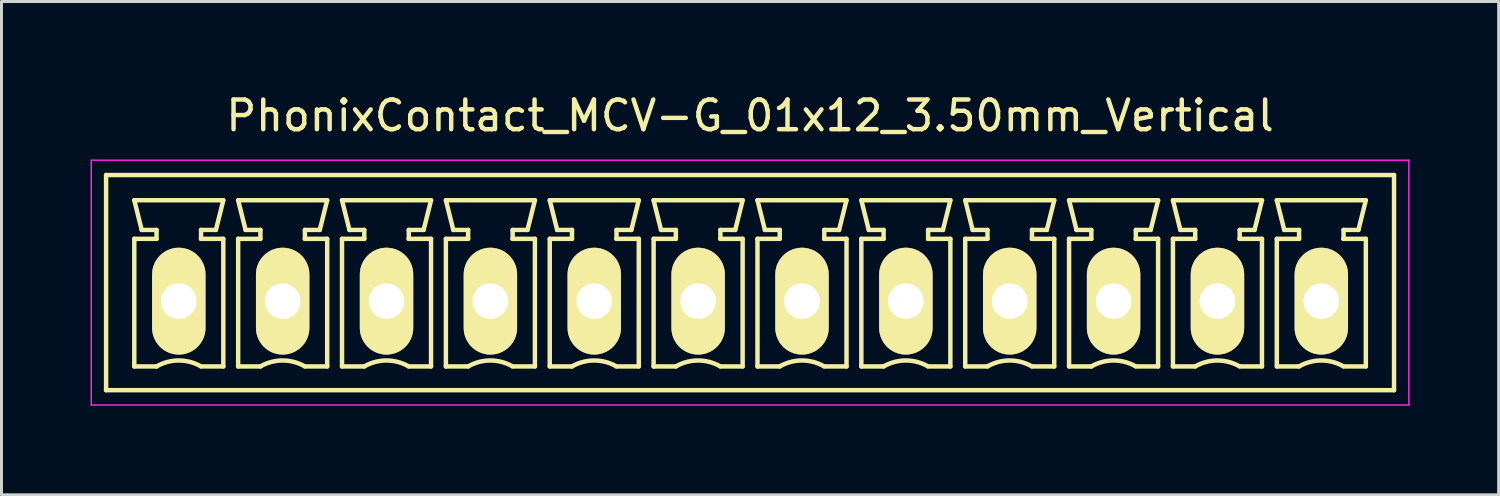
<source format=kicad_pcb>
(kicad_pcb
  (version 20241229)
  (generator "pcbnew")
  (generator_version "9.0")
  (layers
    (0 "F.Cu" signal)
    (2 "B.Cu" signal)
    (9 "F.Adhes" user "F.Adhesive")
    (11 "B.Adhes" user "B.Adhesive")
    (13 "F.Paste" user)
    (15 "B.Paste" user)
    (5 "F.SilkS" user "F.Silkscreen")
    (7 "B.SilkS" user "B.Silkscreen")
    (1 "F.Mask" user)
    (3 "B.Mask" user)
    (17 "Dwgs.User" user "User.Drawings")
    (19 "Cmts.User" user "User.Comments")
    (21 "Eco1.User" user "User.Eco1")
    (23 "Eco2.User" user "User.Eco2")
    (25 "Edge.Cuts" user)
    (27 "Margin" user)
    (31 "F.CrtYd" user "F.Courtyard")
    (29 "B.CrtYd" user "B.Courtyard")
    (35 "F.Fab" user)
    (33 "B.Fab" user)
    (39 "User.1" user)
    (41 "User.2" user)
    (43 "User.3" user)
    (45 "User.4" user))
  (footprint "PhonixContact_MCV-G_01x12_3.50mm_Vertical"
    (layer "F.Cu")
    (at 2.975 7.098)
    (property "Reference" "PhonixContact_MCV-G_01x12_3.50mm_Vertical" (at 19.25 -6.25 0) (layer "F.SilkS") (effects (font (size 1 1) (thickness 0.15))))
    (attr through_hole)
    (fp_line (start -2.45 -4.25) (end -2.45 3) (stroke (width 0.15) (type solid)) (layer "F.SilkS"))
    (fp_line (start -2.45 3) (end 40.95 3) (stroke (width 0.15) (type solid)) (layer "F.SilkS"))
    (fp_line (start -1.5 -3.4) (end 1.5 -3.4) (stroke (width 0.15) (type solid)) (layer "F.SilkS"))
    (fp_line (start -1.5 -2.1) (end -0.75 -2.1) (stroke (width 0.15) (type solid)) (layer "F.SilkS"))
    (fp_line (start -1.5 2.2) (end -1.5 -2.1) (stroke (width 0.15) (type solid)) (layer "F.SilkS"))
    (fp_line (start -1.25 -2.4) (end -1.5 -3.4) (stroke (width 0.15) (type solid)) (layer "F.SilkS"))
    (fp_line (start -0.75 -2.4) (end -1.25 -2.4) (stroke (width 0.15) (type solid)) (layer "F.SilkS"))
    (fp_line (start -0.75 -2.1) (end -0.75 -2.4) (stroke (width 0.15) (type solid)) (layer "F.SilkS"))
    (fp_line (start -0.75 2.2) (end -1.5 2.2) (stroke (width 0.15) (type solid)) (layer "F.SilkS"))
    (fp_line (start 0.75 -2.4) (end 0.75 -2.1) (stroke (width 0.15) (type solid)) (layer "F.SilkS"))
    (fp_line (start 0.75 -2.1) (end 0.75 -2.1) (stroke (width 0.15) (type solid)) (layer "F.SilkS"))
    (fp_line (start 0.75 -2.1) (end 1.5 -2.1) (stroke (width 0.15) (type solid)) (layer "F.SilkS"))
    (fp_line (start 1.25 -2.4) (end 0.75 -2.4) (stroke (width 0.15) (type solid)) (layer "F.SilkS"))
    (fp_line (start 1.5 -3.4) (end 1.25 -2.4) (stroke (width 0.15) (type solid)) (layer "F.SilkS"))
    (fp_line (start 1.5 -2.1) (end 1.5 2.2) (stroke (width 0.15) (type solid)) (layer "F.SilkS"))
    (fp_line (start 1.5 2.2) (end 0.75 2.2) (stroke (width 0.15) (type solid)) (layer "F.SilkS"))
    (fp_line (start 2 -3.4) (end 5 -3.4) (stroke (width 0.15) (type solid)) (layer "F.SilkS"))
    (fp_line (start 2 -2.1) (end 2.75 -2.1) (stroke (width 0.15) (type solid)) (layer "F.SilkS"))
    (fp_line (start 2 2.2) (end 2 -2.1) (stroke (width 0.15) (type solid)) (layer "F.SilkS"))
    (fp_line (start 2.25 -2.4) (end 2 -3.4) (stroke (width 0.15) (type solid)) (layer "F.SilkS"))
    (fp_line (start 2.75 -2.4) (end 2.25 -2.4) (stroke (width 0.15) (type solid)) (layer "F.SilkS"))
    (fp_line (start 2.75 -2.1) (end 2.75 -2.4) (stroke (width 0.15) (type solid)) (layer "F.SilkS"))
    (fp_line (start 2.75 2.2) (end 2 2.2) (stroke (width 0.15) (type solid)) (layer "F.SilkS"))
    (fp_line (start 4.25 -2.4) (end 4.25 -2.1) (stroke (width 0.15) (type solid)) (layer "F.SilkS"))
    (fp_line (start 4.25 -2.1) (end 4.25 -2.1) (stroke (width 0.15) (type solid)) (layer "F.SilkS"))
    (fp_line (start 4.25 -2.1) (end 5 -2.1) (stroke (width 0.15) (type solid)) (layer "F.SilkS"))
    (fp_line (start 4.75 -2.4) (end 4.25 -2.4) (stroke (width 0.15) (type solid)) (layer "F.SilkS"))
    (fp_line (start 5 -3.4) (end 4.75 -2.4) (stroke (width 0.15) (type solid)) (layer "F.SilkS"))
    (fp_line (start 5 -2.1) (end 5 2.2) (stroke (width 0.15) (type solid)) (layer "F.SilkS"))
    (fp_line (start 5 2.2) (end 4.25 2.2) (stroke (width 0.15) (type solid)) (layer "F.SilkS"))
    (fp_line (start 5.5 -3.4) (end 8.5 -3.4) (stroke (width 0.15) (type solid)) (layer "F.SilkS"))
    (fp_line (start 5.5 -2.1) (end 6.25 -2.1) (stroke (width 0.15) (type solid)) (layer "F.SilkS"))
    (fp_line (start 5.5 2.2) (end 5.5 -2.1) (stroke (width 0.15) (type solid)) (layer "F.SilkS"))
    (fp_line (start 5.75 -2.4) (end 5.5 -3.4) (stroke (width 0.15) (type solid)) (layer "F.SilkS"))
    (fp_line (start 6.25 -2.4) (end 5.75 -2.4) (stroke (width 0.15) (type solid)) (layer "F.SilkS"))
    (fp_line (start 6.25 -2.1) (end 6.25 -2.4) (stroke (width 0.15) (type solid)) (layer "F.SilkS"))
    (fp_line (start 6.25 2.2) (end 5.5 2.2) (stroke (width 0.15) (type solid)) (layer "F.SilkS"))
    (fp_line (start 7.75 -2.4) (end 7.75 -2.1) (stroke (width 0.15) (type solid)) (layer "F.SilkS"))
    (fp_line (start 7.75 -2.1) (end 7.75 -2.1) (stroke (width 0.15) (type solid)) (layer "F.SilkS"))
    (fp_line (start 7.75 -2.1) (end 8.5 -2.1) (stroke (width 0.15) (type solid)) (layer "F.SilkS"))
    (fp_line (start 8.25 -2.4) (end 7.75 -2.4) (stroke (width 0.15) (type solid)) (layer "F.SilkS"))
    (fp_line (start 8.5 -3.4) (end 8.25 -2.4) (stroke (width 0.15) (type solid)) (layer "F.SilkS"))
    (fp_line (start 8.5 -2.1) (end 8.5 2.2) (stroke (width 0.15) (type solid)) (layer "F.SilkS"))
    (fp_line (start 8.5 2.2) (end 7.75 2.2) (stroke (width 0.15) (type solid)) (layer "F.SilkS"))
    (fp_line (start 9 -3.4) (end 12 -3.4) (stroke (width 0.15) (type solid)) (layer "F.SilkS"))
    (fp_line (start 9 -2.1) (end 9.75 -2.1) (stroke (width 0.15) (type solid)) (layer "F.SilkS"))
    (fp_line (start 9 2.2) (end 9 -2.1) (stroke (width 0.15) (type solid)) (layer "F.SilkS"))
    (fp_line (start 9.25 -2.4) (end 9 -3.4) (stroke (width 0.15) (type solid)) (layer "F.SilkS"))
    (fp_line (start 9.75 -2.4) (end 9.25 -2.4) (stroke (width 0.15) (type solid)) (layer "F.SilkS"))
    (fp_line (start 9.75 -2.1) (end 9.75 -2.4) (stroke (width 0.15) (type solid)) (layer "F.SilkS"))
    (fp_line (start 9.75 2.2) (end 9 2.2) (stroke (width 0.15) (type solid)) (layer "F.SilkS"))
    (fp_line (start 11.25 -2.4) (end 11.25 -2.1) (stroke (width 0.15) (type solid)) (layer "F.SilkS"))
    (fp_line (start 11.25 -2.1) (end 11.25 -2.1) (stroke (width 0.15) (type solid)) (layer "F.SilkS"))
    (fp_line (start 11.25 -2.1) (end 12 -2.1) (stroke (width 0.15) (type solid)) (layer "F.SilkS"))
    (fp_line (start 11.75 -2.4) (end 11.25 -2.4) (stroke (width 0.15) (type solid)) (layer "F.SilkS"))
    (fp_line (start 12 -3.4) (end 11.75 -2.4) (stroke (width 0.15) (type solid)) (layer "F.SilkS"))
    (fp_line (start 12 -2.1) (end 12 2.2) (stroke (width 0.15) (type solid)) (layer "F.SilkS"))
    (fp_line (start 12 2.2) (end 11.25 2.2) (stroke (width 0.15) (type solid)) (layer "F.SilkS"))
    (fp_line (start 12.5 -3.4) (end 15.5 -3.4) (stroke (width 0.15) (type solid)) (layer "F.SilkS"))
    (fp_line (start 12.5 -2.1) (end 13.25 -2.1) (stroke (width 0.15) (type solid)) (layer "F.SilkS"))
    (fp_line (start 12.5 2.2) (end 12.5 -2.1) (stroke (width 0.15) (type solid)) (layer "F.SilkS"))
    (fp_line (start 12.75 -2.4) (end 12.5 -3.4) (stroke (width 0.15) (type solid)) (layer "F.SilkS"))
    (fp_line (start 13.25 -2.4) (end 12.75 -2.4) (stroke (width 0.15) (type solid)) (layer "F.SilkS"))
    (fp_line (start 13.25 -2.1) (end 13.25 -2.4) (stroke (width 0.15) (type solid)) (layer "F.SilkS"))
    (fp_line (start 13.25 2.2) (end 12.5 2.2) (stroke (width 0.15) (type solid)) (layer "F.SilkS"))
    (fp_line (start 14.75 -2.4) (end 14.75 -2.1) (stroke (width 0.15) (type solid)) (layer "F.SilkS"))
    (fp_line (start 14.75 -2.1) (end 14.75 -2.1) (stroke (width 0.15) (type solid)) (layer "F.SilkS"))
    (fp_line (start 14.75 -2.1) (end 15.5 -2.1) (stroke (width 0.15) (type solid)) (layer "F.SilkS"))
    (fp_line (start 15.25 -2.4) (end 14.75 -2.4) (stroke (width 0.15) (type solid)) (layer "F.SilkS"))
    (fp_line (start 15.5 -3.4) (end 15.25 -2.4) (stroke (width 0.15) (type solid)) (layer "F.SilkS"))
    (fp_line (start 15.5 -2.1) (end 15.5 2.2) (stroke (width 0.15) (type solid)) (layer "F.SilkS"))
    (fp_line (start 15.5 2.2) (end 14.75 2.2) (stroke (width 0.15) (type solid)) (layer "F.SilkS"))
    (fp_line (start 16 -3.4) (end 19 -3.4) (stroke (width 0.15) (type solid)) (layer "F.SilkS"))
    (fp_line (start 16 -2.1) (end 16.75 -2.1) (stroke (width 0.15) (type solid)) (layer "F.SilkS"))
    (fp_line (start 16 2.2) (end 16 -2.1) (stroke (width 0.15) (type solid)) (layer "F.SilkS"))
    (fp_line (start 16.25 -2.4) (end 16 -3.4) (stroke (width 0.15) (type solid)) (layer "F.SilkS"))
    (fp_line (start 16.75 -2.4) (end 16.25 -2.4) (stroke (width 0.15) (type solid)) (layer "F.SilkS"))
    (fp_line (start 16.75 -2.1) (end 16.75 -2.4) (stroke (width 0.15) (type solid)) (layer "F.SilkS"))
    (fp_line (start 16.75 2.2) (end 16 2.2) (stroke (width 0.15) (type solid)) (layer "F.SilkS"))
    (fp_line (start 18.25 -2.4) (end 18.25 -2.1) (stroke (width 0.15) (type solid)) (layer "F.SilkS"))
    (fp_line (start 18.25 -2.1) (end 18.25 -2.1) (stroke (width 0.15) (type solid)) (layer "F.SilkS"))
    (fp_line (start 18.25 -2.1) (end 19 -2.1) (stroke (width 0.15) (type solid)) (layer "F.SilkS"))
    (fp_line (start 18.75 -2.4) (end 18.25 -2.4) (stroke (width 0.15) (type solid)) (layer "F.SilkS"))
    (fp_line (start 19 -3.4) (end 18.75 -2.4) (stroke (width 0.15) (type solid)) (layer "F.SilkS"))
    (fp_line (start 19 -2.1) (end 19 2.2) (stroke (width 0.15) (type solid)) (layer "F.SilkS"))
    (fp_line (start 19 2.2) (end 18.25 2.2) (stroke (width 0.15) (type solid)) (layer "F.SilkS"))
    (fp_line (start 19.5 -3.4) (end 22.5 -3.4) (stroke (width 0.15) (type solid)) (layer "F.SilkS"))
    (fp_line (start 19.5 -2.1) (end 20.25 -2.1) (stroke (width 0.15) (type solid)) (layer "F.SilkS"))
    (fp_line (start 19.5 2.2) (end 19.5 -2.1) (stroke (width 0.15) (type solid)) (layer "F.SilkS"))
    (fp_line (start 19.75 -2.4) (end 19.5 -3.4) (stroke (width 0.15) (type solid)) (layer "F.SilkS"))
    (fp_line (start 20.25 -2.4) (end 19.75 -2.4) (stroke (width 0.15) (type solid)) (layer "F.SilkS"))
    (fp_line (start 20.25 -2.1) (end 20.25 -2.4) (stroke (width 0.15) (type solid)) (layer "F.SilkS"))
    (fp_line (start 20.25 2.2) (end 19.5 2.2) (stroke (width 0.15) (type solid)) (layer "F.SilkS"))
    (fp_line (start 21.75 -2.4) (end 21.75 -2.1) (stroke (width 0.15) (type solid)) (layer "F.SilkS"))
    (fp_line (start 21.75 -2.1) (end 21.75 -2.1) (stroke (width 0.15) (type solid)) (layer "F.SilkS"))
    (fp_line (start 21.75 -2.1) (end 22.5 -2.1) (stroke (width 0.15) (type solid)) (layer "F.SilkS"))
    (fp_line (start 22.25 -2.4) (end 21.75 -2.4) (stroke (width 0.15) (type solid)) (layer "F.SilkS"))
    (fp_line (start 22.5 -3.4) (end 22.25 -2.4) (stroke (width 0.15) (type solid)) (layer "F.SilkS"))
    (fp_line (start 22.5 -2.1) (end 22.5 2.2) (stroke (width 0.15) (type solid)) (layer "F.SilkS"))
    (fp_line (start 22.5 2.2) (end 21.75 2.2) (stroke (width 0.15) (type solid)) (layer "F.SilkS"))
    (fp_line (start 23 -3.4) (end 26 -3.4) (stroke (width 0.15) (type solid)) (layer "F.SilkS"))
    (fp_line (start 23 -2.1) (end 23.75 -2.1) (stroke (width 0.15) (type solid)) (layer "F.SilkS"))
    (fp_line (start 23 2.2) (end 23 -2.1) (stroke (width 0.15) (type solid)) (layer "F.SilkS"))
    (fp_line (start 23.25 -2.4) (end 23 -3.4) (stroke (width 0.15) (type solid)) (layer "F.SilkS"))
    (fp_line (start 23.75 -2.4) (end 23.25 -2.4) (stroke (width 0.15) (type solid)) (layer "F.SilkS"))
    (fp_line (start 23.75 -2.1) (end 23.75 -2.4) (stroke (width 0.15) (type solid)) (layer "F.SilkS"))
    (fp_line (start 23.75 2.2) (end 23 2.2) (stroke (width 0.15) (type solid)) (layer "F.SilkS"))
    (fp_line (start 25.25 -2.4) (end 25.25 -2.1) (stroke (width 0.15) (type solid)) (layer "F.SilkS"))
    (fp_line (start 25.25 -2.1) (end 25.25 -2.1) (stroke (width 0.15) (type solid)) (layer "F.SilkS"))
    (fp_line (start 25.25 -2.1) (end 26 -2.1) (stroke (width 0.15) (type solid)) (layer "F.SilkS"))
    (fp_line (start 25.75 -2.4) (end 25.25 -2.4) (stroke (width 0.15) (type solid)) (layer "F.SilkS"))
    (fp_line (start 26 -3.4) (end 25.75 -2.4) (stroke (width 0.15) (type solid)) (layer "F.SilkS"))
    (fp_line (start 26 -2.1) (end 26 2.2) (stroke (width 0.15) (type solid)) (layer "F.SilkS"))
    (fp_line (start 26 2.2) (end 25.25 2.2) (stroke (width 0.15) (type solid)) (layer "F.SilkS"))
    (fp_line (start 26.5 -3.4) (end 29.5 -3.4) (stroke (width 0.15) (type solid)) (layer "F.SilkS"))
    (fp_line (start 26.5 -2.1) (end 27.25 -2.1) (stroke (width 0.15) (type solid)) (layer "F.SilkS"))
    (fp_line (start 26.5 2.2) (end 26.5 -2.1) (stroke (width 0.15) (type solid)) (layer "F.SilkS"))
    (fp_line (start 26.75 -2.4) (end 26.5 -3.4) (stroke (width 0.15) (type solid)) (layer "F.SilkS"))
    (fp_line (start 27.25 -2.4) (end 26.75 -2.4) (stroke (width 0.15) (type solid)) (layer "F.SilkS"))
    (fp_line (start 27.25 -2.1) (end 27.25 -2.4) (stroke (width 0.15) (type solid)) (layer "F.SilkS"))
    (fp_line (start 27.25 2.2) (end 26.5 2.2) (stroke (width 0.15) (type solid)) (layer "F.SilkS"))
    (fp_line (start 28.75 -2.4) (end 28.75 -2.1) (stroke (width 0.15) (type solid)) (layer "F.SilkS"))
    (fp_line (start 28.75 -2.1) (end 28.75 -2.1) (stroke (width 0.15) (type solid)) (layer "F.SilkS"))
    (fp_line (start 28.75 -2.1) (end 29.5 -2.1) (stroke (width 0.15) (type solid)) (layer "F.SilkS"))
    (fp_line (start 29.25 -2.4) (end 28.75 -2.4) (stroke (width 0.15) (type solid)) (layer "F.SilkS"))
    (fp_line (start 29.5 -3.4) (end 29.25 -2.4) (stroke (width 0.15) (type solid)) (layer "F.SilkS"))
    (fp_line (start 29.5 -2.1) (end 29.5 2.2) (stroke (width 0.15) (type solid)) (layer "F.SilkS"))
    (fp_line (start 29.5 2.2) (end 28.75 2.2) (stroke (width 0.15) (type solid)) (layer "F.SilkS"))
    (fp_line (start 30 -3.4) (end 33 -3.4) (stroke (width 0.15) (type solid)) (layer "F.SilkS"))
    (fp_line (start 30 -2.1) (end 30.75 -2.1) (stroke (width 0.15) (type solid)) (layer "F.SilkS"))
    (fp_line (start 30 2.2) (end 30 -2.1) (stroke (width 0.15) (type solid)) (layer "F.SilkS"))
    (fp_line (start 30.25 -2.4) (end 30 -3.4) (stroke (width 0.15) (type solid)) (layer "F.SilkS"))
    (fp_line (start 30.75 -2.4) (end 30.25 -2.4) (stroke (width 0.15) (type solid)) (layer "F.SilkS"))
    (fp_line (start 30.75 -2.1) (end 30.75 -2.4) (stroke (width 0.15) (type solid)) (layer "F.SilkS"))
    (fp_line (start 30.75 2.2) (end 30 2.2) (stroke (width 0.15) (type solid)) (layer "F.SilkS"))
    (fp_line (start 32.25 -2.4) (end 32.25 -2.1) (stroke (width 0.15) (type solid)) (layer "F.SilkS"))
    (fp_line (start 32.25 -2.1) (end 32.25 -2.1) (stroke (width 0.15) (type solid)) (layer "F.SilkS"))
    (fp_line (start 32.25 -2.1) (end 33 -2.1) (stroke (width 0.15) (type solid)) (layer "F.SilkS"))
    (fp_line (start 32.75 -2.4) (end 32.25 -2.4) (stroke (width 0.15) (type solid)) (layer "F.SilkS"))
    (fp_line (start 33 -3.4) (end 32.75 -2.4) (stroke (width 0.15) (type solid)) (layer "F.SilkS"))
    (fp_line (start 33 -2.1) (end 33 2.2) (stroke (width 0.15) (type solid)) (layer "F.SilkS"))
    (fp_line (start 33 2.2) (end 32.25 2.2) (stroke (width 0.15) (type solid)) (layer "F.SilkS"))
    (fp_line (start 33.5 -3.4) (end 36.5 -3.4) (stroke (width 0.15) (type solid)) (layer "F.SilkS"))
    (fp_line (start 33.5 -2.1) (end 34.25 -2.1) (stroke (width 0.15) (type solid)) (layer "F.SilkS"))
    (fp_line (start 33.5 2.2) (end 33.5 -2.1) (stroke (width 0.15) (type solid)) (layer "F.SilkS"))
    (fp_line (start 33.75 -2.4) (end 33.5 -3.4) (stroke (width 0.15) (type solid)) (layer "F.SilkS"))
    (fp_line (start 34.25 -2.4) (end 33.75 -2.4) (stroke (width 0.15) (type solid)) (layer "F.SilkS"))
    (fp_line (start 34.25 -2.1) (end 34.25 -2.4) (stroke (width 0.15) (type solid)) (layer "F.SilkS"))
    (fp_line (start 34.25 2.2) (end 33.5 2.2) (stroke (width 0.15) (type solid)) (layer "F.SilkS"))
    (fp_line (start 35.75 -2.4) (end 35.75 -2.1) (stroke (width 0.15) (type solid)) (layer "F.SilkS"))
    (fp_line (start 35.75 -2.1) (end 35.75 -2.1) (stroke (width 0.15) (type solid)) (layer "F.SilkS"))
    (fp_line (start 35.75 -2.1) (end 36.5 -2.1) (stroke (width 0.15) (type solid)) (layer "F.SilkS"))
    (fp_line (start 36.25 -2.4) (end 35.75 -2.4) (stroke (width 0.15) (type solid)) (layer "F.SilkS"))
    (fp_line (start 36.5 -3.4) (end 36.25 -2.4) (stroke (width 0.15) (type solid)) (layer "F.SilkS"))
    (fp_line (start 36.5 -2.1) (end 36.5 2.2) (stroke (width 0.15) (type solid)) (layer "F.SilkS"))
    (fp_line (start 36.5 2.2) (end 35.75 2.2) (stroke (width 0.15) (type solid)) (layer "F.SilkS"))
    (fp_line (start 37 -3.4) (end 40 -3.4) (stroke (width 0.15) (type solid)) (layer "F.SilkS"))
    (fp_line (start 37 -2.1) (end 37.75 -2.1) (stroke (width 0.15) (type solid)) (layer "F.SilkS"))
    (fp_line (start 37 2.2) (end 37 -2.1) (stroke (width 0.15) (type solid)) (layer "F.SilkS"))
    (fp_line (start 37.25 -2.4) (end 37 -3.4) (stroke (width 0.15) (type solid)) (layer "F.SilkS"))
    (fp_line (start 37.75 -2.4) (end 37.25 -2.4) (stroke (width 0.15) (type solid)) (layer "F.SilkS"))
    (fp_line (start 37.75 -2.1) (end 37.75 -2.4) (stroke (width 0.15) (type solid)) (layer "F.SilkS"))
    (fp_line (start 37.75 2.2) (end 37 2.2) (stroke (width 0.15) (type solid)) (layer "F.SilkS"))
    (fp_line (start 39.25 -2.4) (end 39.25 -2.1) (stroke (width 0.15) (type solid)) (layer "F.SilkS"))
    (fp_line (start 39.25 -2.1) (end 39.25 -2.1) (stroke (width 0.15) (type solid)) (layer "F.SilkS"))
    (fp_line (start 39.25 -2.1) (end 40 -2.1) (stroke (width 0.15) (type solid)) (layer "F.SilkS"))
    (fp_line (start 39.75 -2.4) (end 39.25 -2.4) (stroke (width 0.15) (type solid)) (layer "F.SilkS"))
    (fp_line (start 40 -3.4) (end 39.75 -2.4) (stroke (width 0.15) (type solid)) (layer "F.SilkS"))
    (fp_line (start 40 -2.1) (end 40 2.2) (stroke (width 0.15) (type solid)) (layer "F.SilkS"))
    (fp_line (start 40 2.2) (end 39.25 2.2) (stroke (width 0.15) (type solid)) (layer "F.SilkS"))
    (fp_line (start 40.95 -4.25) (end -2.45 -4.25) (stroke (width 0.15) (type solid)) (layer "F.SilkS"))
    (fp_line (start 40.95 3) (end 40.95 -4.25) (stroke (width 0.15) (type solid)) (layer "F.SilkS"))
    (fp_arc (start -0.75 2.2) (mid -0.006068 1.999179) (end 0.739464 2.193978) (stroke (width 0.15) (type solid)) (layer "F.SilkS"))
    (fp_arc (start 2.75 2.2) (mid 3.493932 1.999179) (end 4.239464 2.193978) (stroke (width 0.15) (type solid)) (layer "F.SilkS"))
    (fp_arc (start 6.25 2.2) (mid 6.993932 1.999179) (end 7.739464 2.193978) (stroke (width 0.15) (type solid)) (layer "F.SilkS"))
    (fp_arc (start 9.75 2.2) (mid 10.493932 1.999179) (end 11.239464 2.193978) (stroke (width 0.15) (type solid)) (layer "F.SilkS"))
    (fp_arc (start 13.25 2.2) (mid 13.993932 1.999179) (end 14.739464 2.193978) (stroke (width 0.15) (type solid)) (layer "F.SilkS"))
    (fp_arc (start 16.75 2.2) (mid 17.493932 1.999179) (end 18.239464 2.193978) (stroke (width 0.15) (type solid)) (layer "F.SilkS"))
    (fp_arc (start 20.25 2.2) (mid 20.993932 1.999179) (end 21.739464 2.193978) (stroke (width 0.15) (type solid)) (layer "F.SilkS"))
    (fp_arc (start 23.75 2.2) (mid 24.493932 1.999179) (end 25.239464 2.193978) (stroke (width 0.15) (type solid)) (layer "F.SilkS"))
    (fp_arc (start 27.25 2.2) (mid 27.993932 1.999179) (end 28.739464 2.193978) (stroke (width 0.15) (type solid)) (layer "F.SilkS"))
    (fp_arc (start 30.75 2.2) (mid 31.493932 1.999179) (end 32.239464 2.193978) (stroke (width 0.15) (type solid)) (layer "F.SilkS"))
    (fp_arc (start 34.25 2.2) (mid 34.993932 1.999179) (end 35.739464 2.193978) (stroke (width 0.15) (type solid)) (layer "F.SilkS"))
    (fp_arc (start 37.75 2.2) (mid 38.493932 1.999179) (end 39.239464 2.193978) (stroke (width 0.15) (type solid)) (layer "F.SilkS"))
    (fp_line (start -2.95 -4.75) (end -2.95 3.5) (stroke (width 0.05) (type solid)) (layer "F.CrtYd"))
    (fp_line (start -2.95 3.5) (end 41.45 3.5) (stroke (width 0.05) (type solid)) (layer "F.CrtYd"))
    (fp_line (start 41.45 -4.75) (end -2.95 -4.75) (stroke (width 0.05) (type solid)) (layer "F.CrtYd"))
    (fp_line (start 41.45 3.5) (end 41.45 -4.75) (stroke (width 0.05) (type solid)) (layer "F.CrtYd"))
    (pad "1" thru_hole oval (at 0 0) (size 1.8 3.6) (drill 1.2) (layers "*.Cu" "*.Mask" "F.SilkS"))
    (pad "2" thru_hole oval (at 3.5 0) (size 1.8 3.6) (drill 1.2) (layers "*.Cu" "*.Mask" "F.SilkS"))
    (pad "3" thru_hole oval (at 7 0) (size 1.8 3.6) (drill 1.2) (layers "*.Cu" "*.Mask" "F.SilkS"))
    (pad "4" thru_hole oval (at 10.5 0) (size 1.8 3.6) (drill 1.2) (layers "*.Cu" "*.Mask" "F.SilkS"))
    (pad "5" thru_hole oval (at 14 0) (size 1.8 3.6) (drill 1.2) (layers "*.Cu" "*.Mask" "F.SilkS"))
    (pad "6" thru_hole oval (at 17.5 0) (size 1.8 3.6) (drill 1.2) (layers "*.Cu" "*.Mask" "F.SilkS"))
    (pad "7" thru_hole oval (at 21 0) (size 1.8 3.6) (drill 1.2) (layers "*.Cu" "*.Mask" "F.SilkS"))
    (pad "8" thru_hole oval (at 24.5 0) (size 1.8 3.6) (drill 1.2) (layers "*.Cu" "*.Mask" "F.SilkS"))
    (pad "9" thru_hole oval (at 28 0) (size 1.8 3.6) (drill 1.2) (layers "*.Cu" "*.Mask" "F.SilkS"))
    (pad "10" thru_hole oval (at 31.5 0) (size 1.8 3.6) (drill 1.2) (layers "*.Cu" "*.Mask" "F.SilkS"))
    (pad "11" thru_hole oval (at 35 0) (size 1.8 3.6) (drill 1.2) (layers "*.Cu" "*.Mask" "F.SilkS"))
    (pad "12" thru_hole oval (at 38.5 0) (size 1.8 3.6) (drill 1.2) (layers "*.Cu" "*.Mask" "F.SilkS")))
  (gr_rect
    (start -3 -3)
    (end 47.45 13.623)
    (stroke (width 0.1) (type default))
    (fill no)
    (layer "Edge.Cuts")))
</source>
